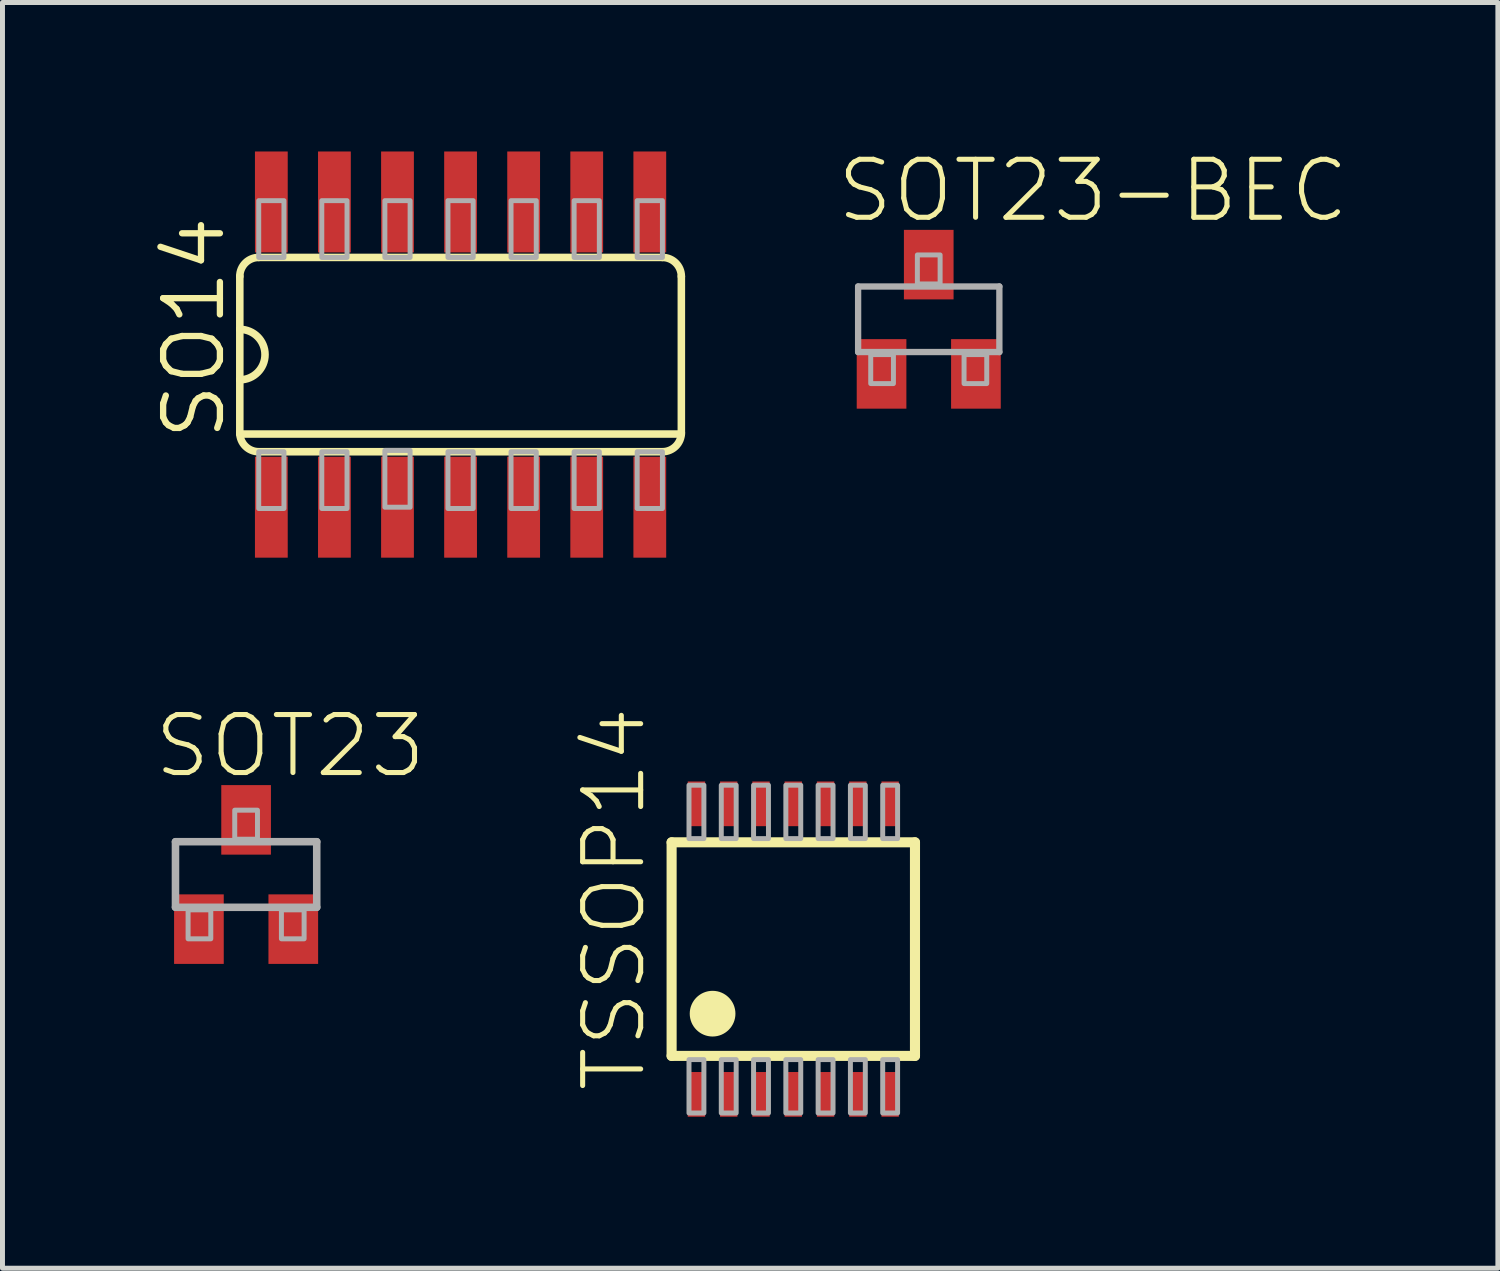
<source format=kicad_pcb>
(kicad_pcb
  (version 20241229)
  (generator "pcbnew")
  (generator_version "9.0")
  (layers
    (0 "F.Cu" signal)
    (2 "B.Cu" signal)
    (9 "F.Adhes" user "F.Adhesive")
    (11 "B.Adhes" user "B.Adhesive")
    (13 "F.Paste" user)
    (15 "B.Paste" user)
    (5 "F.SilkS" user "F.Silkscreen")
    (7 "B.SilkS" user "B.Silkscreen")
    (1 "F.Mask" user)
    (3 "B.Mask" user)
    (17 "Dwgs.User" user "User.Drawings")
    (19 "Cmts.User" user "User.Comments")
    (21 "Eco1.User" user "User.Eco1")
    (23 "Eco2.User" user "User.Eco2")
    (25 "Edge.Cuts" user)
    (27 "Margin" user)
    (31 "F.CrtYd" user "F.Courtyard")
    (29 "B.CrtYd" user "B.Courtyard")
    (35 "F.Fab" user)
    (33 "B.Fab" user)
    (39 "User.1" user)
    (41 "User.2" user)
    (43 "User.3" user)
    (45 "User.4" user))
  (footprint "TSSOP14"
    (layer "F.Cu")
    (at 12.922 16.059)
    (property "Reference" "TSSOP14" (at -2.925 2.925 90) (layer "F.SilkS") (effects (font (size 1.168 1.168) (thickness 0.102)) (justify left bottom)))
    (fp_poly (pts (xy -2.175 3.425) (xy -1.725 3.425) (xy -1.725 2.425) (xy -2.175 2.425)) (stroke (width 0) (type solid)) (fill yes) (layer "F.Mask"))
    (fp_poly (pts (xy -1.725 -3.425) (xy -2.175 -3.425) (xy -2.175 -2.425) (xy -1.725 -2.425)) (stroke (width 0) (type solid)) (fill yes) (layer "F.Mask"))
    (fp_poly (pts (xy -1.525 3.425) (xy -1.075 3.425) (xy -1.075 2.425) (xy -1.525 2.425)) (stroke (width 0) (type solid)) (fill yes) (layer "F.Mask"))
    (fp_poly (pts (xy -1.075 -3.425) (xy -1.525 -3.425) (xy -1.525 -2.425) (xy -1.075 -2.425)) (stroke (width 0) (type solid)) (fill yes) (layer "F.Mask"))
    (fp_poly (pts (xy -0.875 3.425) (xy -0.425 3.425) (xy -0.425 2.425) (xy -0.875 2.425)) (stroke (width 0) (type solid)) (fill yes) (layer "F.Mask"))
    (fp_poly (pts (xy -0.425 -3.425) (xy -0.875 -3.425) (xy -0.875 -2.425) (xy -0.425 -2.425)) (stroke (width 0) (type solid)) (fill yes) (layer "F.Mask"))
    (fp_poly (pts (xy -0.225 3.425) (xy 0.225 3.425) (xy 0.225 2.425) (xy -0.225 2.425)) (stroke (width 0) (type solid)) (fill yes) (layer "F.Mask"))
    (fp_poly (pts (xy 0.225 -3.425) (xy -0.225 -3.425) (xy -0.225 -2.425) (xy 0.225 -2.425)) (stroke (width 0) (type solid)) (fill yes) (layer "F.Mask"))
    (fp_poly (pts (xy 0.425 3.425) (xy 0.875 3.425) (xy 0.875 2.425) (xy 0.425 2.425)) (stroke (width 0) (type solid)) (fill yes) (layer "F.Mask"))
    (fp_poly (pts (xy 0.875 -3.425) (xy 0.425 -3.425) (xy 0.425 -2.425) (xy 0.875 -2.425)) (stroke (width 0) (type solid)) (fill yes) (layer "F.Mask"))
    (fp_poly (pts (xy 1.075 3.425) (xy 1.525 3.425) (xy 1.525 2.425) (xy 1.075 2.425)) (stroke (width 0) (type solid)) (fill yes) (layer "F.Mask"))
    (fp_poly (pts (xy 1.525 -3.425) (xy 1.075 -3.425) (xy 1.075 -2.425) (xy 1.525 -2.425)) (stroke (width 0) (type solid)) (fill yes) (layer "F.Mask"))
    (fp_poly (pts (xy 1.725 3.425) (xy 2.175 3.425) (xy 2.175 2.425) (xy 1.725 2.425)) (stroke (width 0) (type solid)) (fill yes) (layer "F.Mask"))
    (fp_poly (pts (xy 2.175 -3.425) (xy 1.725 -3.425) (xy 1.725 -2.425) (xy 2.175 -2.425)) (stroke (width 0) (type solid)) (fill yes) (layer "F.Mask"))
    (fp_line (start -2.45 -2.15) (end 2.45 -2.15) (stroke (width 0.203) (type solid)) (layer "F.SilkS"))
    (fp_line (start -2.45 2.15) (end -2.45 -2.15) (stroke (width 0.203) (type solid)) (layer "F.SilkS"))
    (fp_line (start 2.45 -2.15) (end 2.45 2.15) (stroke (width 0.203) (type solid)) (layer "F.SilkS"))
    (fp_line (start 2.45 2.15) (end -2.45 2.15) (stroke (width 0.203) (type solid)) (layer "F.SilkS"))
    (fp_circle (center -1.625 1.3) (end -1.395 1.3) (stroke (width 0.46) (type solid)) (fill yes) (layer "F.SilkS"))
    (fp_poly (pts (xy -2.1 3.3) (xy -1.8 3.3) (xy -1.8 2.225) (xy -2.1 2.225)) (stroke (width 0.1) (type solid)) (fill no) (layer "F.Fab"))
    (fp_poly (pts (xy -1.8 -3.3) (xy -2.1 -3.3) (xy -2.1 -2.225) (xy -1.8 -2.225)) (stroke (width 0.1) (type solid)) (fill no) (layer "F.Fab"))
    (fp_poly (pts (xy -1.45 3.3) (xy -1.15 3.3) (xy -1.15 2.225) (xy -1.45 2.225)) (stroke (width 0.1) (type solid)) (fill no) (layer "F.Fab"))
    (fp_poly (pts (xy -1.15 -3.3) (xy -1.45 -3.3) (xy -1.45 -2.225) (xy -1.15 -2.225)) (stroke (width 0.1) (type solid)) (fill no) (layer "F.Fab"))
    (fp_poly (pts (xy -0.8 3.3) (xy -0.5 3.3) (xy -0.5 2.225) (xy -0.8 2.225)) (stroke (width 0.1) (type solid)) (fill no) (layer "F.Fab"))
    (fp_poly (pts (xy -0.5 -3.3) (xy -0.8 -3.3) (xy -0.8 -2.225) (xy -0.5 -2.225)) (stroke (width 0.1) (type solid)) (fill no) (layer "F.Fab"))
    (fp_poly (pts (xy -0.15 3.3) (xy 0.15 3.3) (xy 0.15 2.225) (xy -0.15 2.225)) (stroke (width 0.1) (type solid)) (fill no) (layer "F.Fab"))
    (fp_poly (pts (xy 0.15 -3.3) (xy -0.15 -3.3) (xy -0.15 -2.225) (xy 0.15 -2.225)) (stroke (width 0.1) (type solid)) (fill no) (layer "F.Fab"))
    (fp_poly (pts (xy 0.5 3.3) (xy 0.8 3.3) (xy 0.8 2.225) (xy 0.5 2.225)) (stroke (width 0.1) (type solid)) (fill no) (layer "F.Fab"))
    (fp_poly (pts (xy 0.8 -3.3) (xy 0.5 -3.3) (xy 0.5 -2.225) (xy 0.8 -2.225)) (stroke (width 0.1) (type solid)) (fill no) (layer "F.Fab"))
    (fp_poly (pts (xy 1.15 3.3) (xy 1.45 3.3) (xy 1.45 2.225) (xy 1.15 2.225)) (stroke (width 0.1) (type solid)) (fill no) (layer "F.Fab"))
    (fp_poly (pts (xy 1.45 -3.3) (xy 1.15 -3.3) (xy 1.15 -2.225) (xy 1.45 -2.225)) (stroke (width 0.1) (type solid)) (fill no) (layer "F.Fab"))
    (fp_poly (pts (xy 1.8 3.3) (xy 2.1 3.3) (xy 2.1 2.225) (xy 1.8 2.225)) (stroke (width 0.1) (type solid)) (fill no) (layer "F.Fab"))
    (fp_poly (pts (xy 2.1 -3.3) (xy 1.8 -3.3) (xy 1.8 -2.225) (xy 2.1 -2.225)) (stroke (width 0.1) (type solid)) (fill no) (layer "F.Fab"))
    (pad "1" smd rect (at -1.95 2.925) (size 0.35 0.9) (layers "F.Cu" "F.Paste"))
    (pad "2" smd rect (at -1.3 2.925) (size 0.35 0.9) (layers "F.Cu" "F.Paste"))
    (pad "3" smd rect (at -0.65 2.925) (size 0.35 0.9) (layers "F.Cu" "F.Paste"))
    (pad "4" smd rect (at 0 2.925) (size 0.35 0.9) (layers "F.Cu" "F.Paste"))
    (pad "5" smd rect (at 0.65 2.925) (size 0.35 0.9) (layers "F.Cu" "F.Paste"))
    (pad "6" smd rect (at 1.3 2.925) (size 0.35 0.9) (layers "F.Cu" "F.Paste"))
    (pad "7" smd rect (at 1.95 2.925) (size 0.35 0.9) (layers "F.Cu" "F.Paste"))
    (pad "8" smd rect (at 1.95 -2.925 180) (size 0.35 0.9) (layers "F.Cu" "F.Paste"))
    (pad "9" smd rect (at 1.3 -2.925 180) (size 0.35 0.9) (layers "F.Cu" "F.Paste"))
    (pad "10" smd rect (at 0.65 -2.925 180) (size 0.35 0.9) (layers "F.Cu" "F.Paste"))
    (pad "11" smd rect (at 0 -2.925 180) (size 0.35 0.9) (layers "F.Cu" "F.Paste"))
    (pad "12" smd rect (at -0.65 -2.925 180) (size 0.35 0.9) (layers "F.Cu" "F.Paste"))
    (pad "13" smd rect (at -1.3 -2.925 180) (size 0.35 0.9) (layers "F.Cu" "F.Paste"))
    (pad "14" smd rect (at -1.95 -2.925 180) (size 0.35 0.9) (layers "F.Cu" "F.Paste")))
  (footprint "SOT23-BEC"
    (layer "F.Cu")
    (at 15.649 3.378)
    (property "Reference" "SOT23-BEC" (at -1.905 -1.905 0) (layer "F.SilkS") (effects (font (size 1.168 1.168) (thickness 0.102)) (justify left bottom)))
    (fp_line (start -1.422 -0.66) (end 1.422 -0.66) (stroke (width 0.127) (type solid)) (layer "F.Fab"))
    (fp_line (start -1.422 0.66) (end -1.422 -0.66) (stroke (width 0.127) (type solid)) (layer "F.Fab"))
    (fp_line (start 1.422 -0.66) (end 1.422 0.66) (stroke (width 0.127) (type solid)) (layer "F.Fab"))
    (fp_line (start 1.422 0.66) (end -1.422 0.66) (stroke (width 0.127) (type solid)) (layer "F.Fab"))
    (fp_poly (pts (xy -1.168 1.295) (xy -0.711 1.295) (xy -0.711 0.711) (xy -1.168 0.711)) (stroke (width 0.1) (type solid)) (fill no) (layer "F.Fab"))
    (fp_poly (pts (xy -0.229 -0.711) (xy 0.229 -0.711) (xy 0.229 -1.295) (xy -0.229 -1.295)) (stroke (width 0.1) (type solid)) (fill no) (layer "F.Fab"))
    (fp_poly (pts (xy 0.711 1.295) (xy 1.168 1.295) (xy 1.168 0.711) (xy 0.711 0.711)) (stroke (width 0.1) (type solid)) (fill no) (layer "F.Fab"))
    (pad "B" smd rect (at -0.95 1.1) (size 1 1.4) (layers "F.Cu" "F.Mask" "F.Paste"))
    (pad "C" smd rect (at 0 -1.1) (size 1 1.4) (layers "F.Cu" "F.Mask" "F.Paste"))
    (pad "E" smd rect (at 0.95 1.1) (size 1 1.4) (layers "F.Cu" "F.Mask" "F.Paste")))
  (footprint "SOT23"
    (layer "F.Cu")
    (at 1.905 14.557)
    (property "Reference" "SOT23" (at -1.905 -1.905 0) (layer "F.SilkS") (effects (font (size 1.168 1.168) (thickness 0.102)) (justify left bottom)))
    (fp_line (start -1.422 -0.66) (end 1.422 -0.66) (stroke (width 0.152) (type solid)) (layer "F.Fab"))
    (fp_line (start -1.422 0.66) (end -1.422 -0.66) (stroke (width 0.152) (type solid)) (layer "F.Fab"))
    (fp_line (start 1.422 -0.66) (end 1.422 0.66) (stroke (width 0.152) (type solid)) (layer "F.Fab"))
    (fp_line (start 1.422 0.66) (end -1.422 0.66) (stroke (width 0.152) (type solid)) (layer "F.Fab"))
    (fp_poly (pts (xy -1.168 1.295) (xy -0.711 1.295) (xy -0.711 0.711) (xy -1.168 0.711)) (stroke (width 0.1) (type solid)) (fill no) (layer "F.Fab"))
    (fp_poly (pts (xy -0.229 -0.711) (xy 0.229 -0.711) (xy 0.229 -1.295) (xy -0.229 -1.295)) (stroke (width 0.1) (type solid)) (fill no) (layer "F.Fab"))
    (fp_poly (pts (xy 0.711 1.295) (xy 1.168 1.295) (xy 1.168 0.711) (xy 0.711 0.711)) (stroke (width 0.1) (type solid)) (fill no) (layer "F.Fab"))
    (pad "1" smd rect (at -0.95 1.1) (size 1 1.4) (layers "F.Cu" "F.Mask" "F.Paste"))
    (pad "2" smd rect (at 0.95 1.1) (size 1 1.4) (layers "F.Cu" "F.Mask" "F.Paste"))
    (pad "3" smd rect (at 0 -1.1) (size 1 1.4) (layers "F.Cu" "F.Mask" "F.Paste")))
  (footprint "SO14"
    (layer "F.Cu")
    (at 6.223 4.089)
    (property "Reference" "SO14" (at -4.699 1.778 90) (layer "F.SilkS") (effects (font (size 1.143 1.143) (thickness 0.127)) (justify left bottom)))
    (fp_line (start -4.445 -1.575) (end -4.445 -0.508) (stroke (width 0.152) (type solid)) (layer "F.SilkS"))
    (fp_line (start -4.445 -0.508) (end -4.445 0.508) (stroke (width 0.152) (type solid)) (layer "F.SilkS"))
    (fp_line (start -4.445 0.508) (end -4.445 1.575) (stroke (width 0.152) (type solid)) (layer "F.SilkS"))
    (fp_line (start -4.445 1.6) (end 4.445 1.6) (stroke (width 0.152) (type solid)) (layer "F.SilkS"))
    (fp_line (start -4.064 1.956) (end 4.064 1.956) (stroke (width 0.152) (type solid)) (layer "F.SilkS"))
    (fp_line (start 4.064 -1.956) (end -4.064 -1.956) (stroke (width 0.152) (type solid)) (layer "F.SilkS"))
    (fp_line (start 4.445 1.575) (end 4.445 -1.575) (stroke (width 0.152) (type solid)) (layer "F.SilkS"))
    (fp_arc (start -4.445 -1.5748) (mid -4.333408 -1.844208) (end -4.064 -1.9558) (stroke (width 0.1524) (type solid)) (layer "F.SilkS"))
    (fp_arc (start -4.445 -0.508) (mid -3.937 0) (end -4.445 0.508) (stroke (width 0.1524) (type solid)) (layer "F.SilkS"))
    (fp_arc (start -4.064 1.9558) (mid -4.333408 1.844208) (end -4.445 1.5748) (stroke (width 0.1524) (type solid)) (layer "F.SilkS"))
    (fp_arc (start 4.064 -1.9558) (mid 4.333408 -1.844208) (end 4.445 -1.5748) (stroke (width 0.1524) (type solid)) (layer "F.SilkS"))
    (fp_arc (start 4.445 1.5748) (mid 4.333408 1.844208) (end 4.064 1.9558) (stroke (width 0.1524) (type solid)) (layer "F.SilkS"))
    (fp_poly (pts (xy -4.064 -1.956) (xy -3.556 -1.956) (xy -3.556 -3.099) (xy -4.064 -3.099)) (stroke (width 0.1) (type solid)) (fill no) (layer "F.Fab"))
    (fp_poly (pts (xy -4.064 3.099) (xy -3.556 3.099) (xy -3.556 1.956) (xy -4.064 1.956)) (stroke (width 0.1) (type solid)) (fill no) (layer "F.Fab"))
    (fp_poly (pts (xy -2.794 -1.956) (xy -2.286 -1.956) (xy -2.286 -3.099) (xy -2.794 -3.099)) (stroke (width 0.1) (type solid)) (fill no) (layer "F.Fab"))
    (fp_poly (pts (xy -2.794 3.099) (xy -2.286 3.099) (xy -2.286 1.956) (xy -2.794 1.956)) (stroke (width 0.1) (type solid)) (fill no) (layer "F.Fab"))
    (fp_poly (pts (xy -1.524 -1.956) (xy -1.016 -1.956) (xy -1.016 -3.099) (xy -1.524 -3.099)) (stroke (width 0.1) (type solid)) (fill no) (layer "F.Fab"))
    (fp_poly (pts (xy -1.524 3.073) (xy -1.016 3.073) (xy -1.016 1.93) (xy -1.524 1.93)) (stroke (width 0.1) (type solid)) (fill no) (layer "F.Fab"))
    (fp_poly (pts (xy -0.254 -1.956) (xy 0.254 -1.956) (xy 0.254 -3.099) (xy -0.254 -3.099)) (stroke (width 0.1) (type solid)) (fill no) (layer "F.Fab"))
    (fp_poly (pts (xy -0.254 3.099) (xy 0.254 3.099) (xy 0.254 1.956) (xy -0.254 1.956)) (stroke (width 0.1) (type solid)) (fill no) (layer "F.Fab"))
    (fp_poly (pts (xy 1.016 -1.956) (xy 1.524 -1.956) (xy 1.524 -3.099) (xy 1.016 -3.099)) (stroke (width 0.1) (type solid)) (fill no) (layer "F.Fab"))
    (fp_poly (pts (xy 1.016 3.099) (xy 1.524 3.099) (xy 1.524 1.956) (xy 1.016 1.956)) (stroke (width 0.1) (type solid)) (fill no) (layer "F.Fab"))
    (fp_poly (pts (xy 2.286 -1.956) (xy 2.794 -1.956) (xy 2.794 -3.099) (xy 2.286 -3.099)) (stroke (width 0.1) (type solid)) (fill no) (layer "F.Fab"))
    (fp_poly (pts (xy 2.286 3.099) (xy 2.794 3.099) (xy 2.794 1.956) (xy 2.286 1.956)) (stroke (width 0.1) (type solid)) (fill no) (layer "F.Fab"))
    (fp_poly (pts (xy 3.556 -1.956) (xy 4.064 -1.956) (xy 4.064 -3.099) (xy 3.556 -3.099)) (stroke (width 0.1) (type solid)) (fill no) (layer "F.Fab"))
    (fp_poly (pts (xy 3.556 3.099) (xy 4.064 3.099) (xy 4.064 1.956) (xy 3.556 1.956)) (stroke (width 0.1) (type solid)) (fill no) (layer "F.Fab"))
    (pad "1" smd rect (at -3.81 3.073) (size 0.66 2.032) (layers "F.Cu" "F.Mask" "F.Paste"))
    (pad "2" smd rect (at -2.54 3.073) (size 0.66 2.032) (layers "F.Cu" "F.Mask" "F.Paste"))
    (pad "3" smd rect (at -1.27 3.073) (size 0.66 2.032) (layers "F.Cu" "F.Mask" "F.Paste"))
    (pad "4" smd rect (at 0 3.073) (size 0.66 2.032) (layers "F.Cu" "F.Mask" "F.Paste"))
    (pad "5" smd rect (at 1.27 3.073) (size 0.66 2.032) (layers "F.Cu" "F.Mask" "F.Paste"))
    (pad "6" smd rect (at 2.54 3.073) (size 0.66 2.032) (layers "F.Cu" "F.Mask" "F.Paste"))
    (pad "7" smd rect (at 3.81 3.073) (size 0.66 2.032) (layers "F.Cu" "F.Mask" "F.Paste"))
    (pad "8" smd rect (at 3.81 -3.073) (size 0.66 2.032) (layers "F.Cu" "F.Mask" "F.Paste"))
    (pad "9" smd rect (at 2.54 -3.073) (size 0.66 2.032) (layers "F.Cu" "F.Mask" "F.Paste"))
    (pad "10" smd rect (at 1.27 -3.073) (size 0.66 2.032) (layers "F.Cu" "F.Mask" "F.Paste"))
    (pad "11" smd rect (at 0 -3.073) (size 0.66 2.032) (layers "F.Cu" "F.Mask" "F.Paste"))
    (pad "12" smd rect (at -1.27 -3.073) (size 0.66 2.032) (layers "F.Cu" "F.Mask" "F.Paste"))
    (pad "13" smd rect (at -2.54 -3.073) (size 0.66 2.032) (layers "F.Cu" "F.Mask" "F.Paste"))
    (pad "14" smd rect (at -3.81 -3.073) (size 0.66 2.032) (layers "F.Cu" "F.Mask" "F.Paste")))
  (gr_rect
    (start -3 -3)
    (end 27.108 22.484)
    (stroke (width 0.1) (type default))
    (fill no)
    (layer "Edge.Cuts")))
</source>
